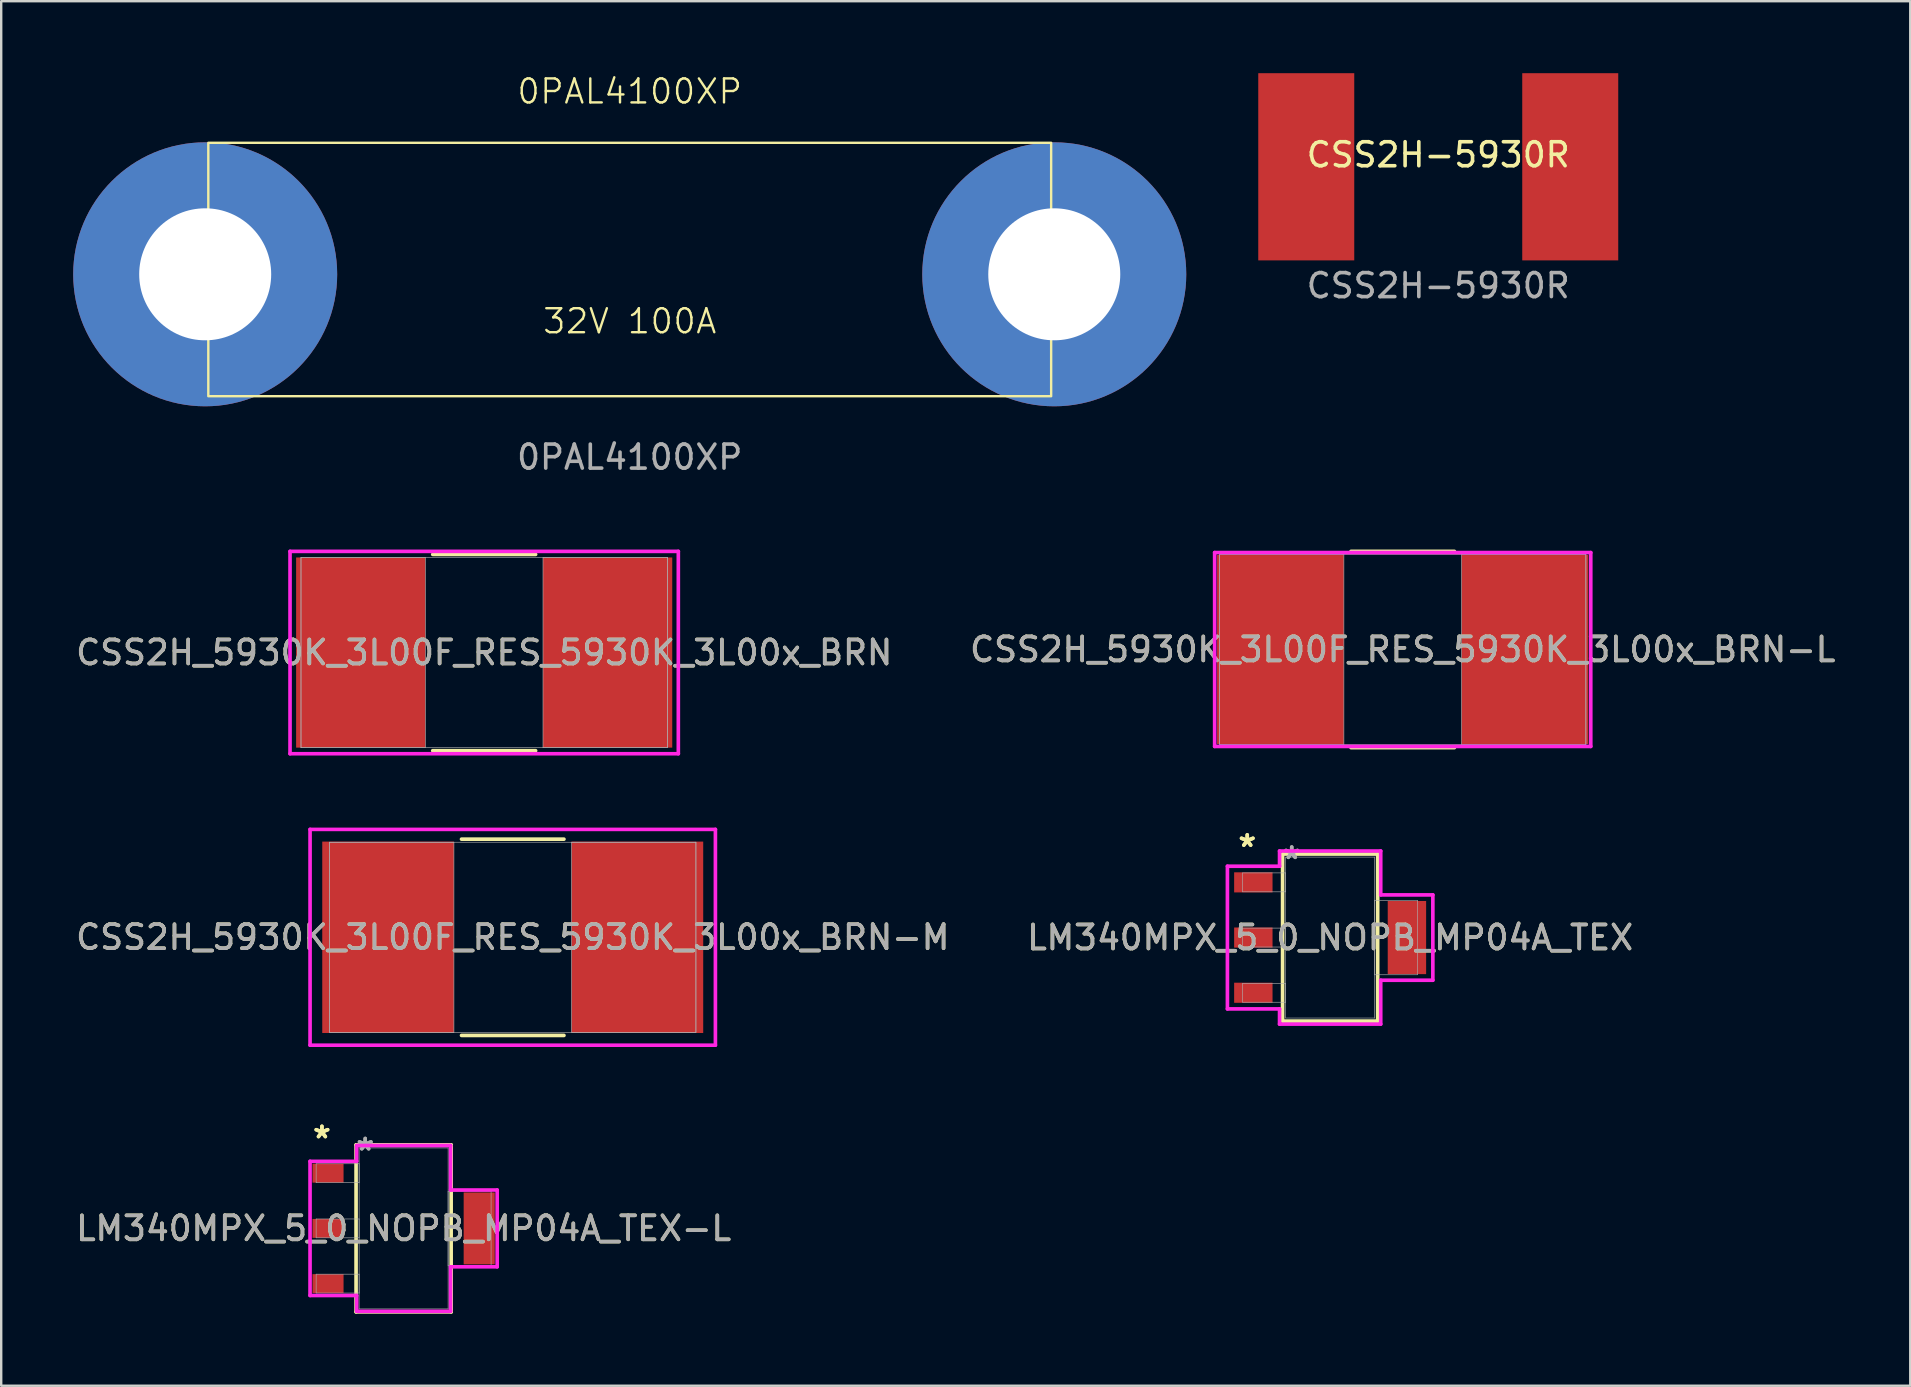
<source format=kicad_pcb>
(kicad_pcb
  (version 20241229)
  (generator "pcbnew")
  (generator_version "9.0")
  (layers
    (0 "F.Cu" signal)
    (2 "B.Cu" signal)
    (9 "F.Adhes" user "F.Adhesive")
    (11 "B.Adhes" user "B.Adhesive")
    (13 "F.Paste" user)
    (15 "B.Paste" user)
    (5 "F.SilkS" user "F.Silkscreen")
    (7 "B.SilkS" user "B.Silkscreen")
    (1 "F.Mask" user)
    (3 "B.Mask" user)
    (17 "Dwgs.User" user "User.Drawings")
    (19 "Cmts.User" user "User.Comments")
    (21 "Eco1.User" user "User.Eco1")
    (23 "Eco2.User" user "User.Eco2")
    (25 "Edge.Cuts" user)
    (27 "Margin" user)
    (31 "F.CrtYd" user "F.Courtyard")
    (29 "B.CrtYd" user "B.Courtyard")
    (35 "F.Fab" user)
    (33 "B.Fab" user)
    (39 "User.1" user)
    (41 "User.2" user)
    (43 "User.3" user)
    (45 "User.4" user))
  (footprint "CSS2H_5930K_3L00F_RES_5930K_3L00x_BRN-L"
    (layer "F.Cu")
    (at 55.399 24.014)
    (property "Reference" "CSS2H_5930K_3L00F_RES_5930K_3L00x_BRN-L" (at 0 0 0) (unlocked yes) (layer "F.SilkS") (effects (font (size 1 1) (thickness 0.15))))
    (attr smd)
    (fp_line (start -2.155 4.089) (end 2.155 4.089) (stroke (width 0.152) (type solid)) (layer "F.SilkS"))
    (fp_line (start 2.155 -4.089) (end -2.155 -4.089) (stroke (width 0.152) (type solid)) (layer "F.SilkS"))
    (fp_line (start -7.836 -4.039) (end 7.836 -4.039) (stroke (width 0.152) (type solid)) (layer "F.CrtYd"))
    (fp_line (start -7.836 4.039) (end -7.836 -4.039) (stroke (width 0.152) (type solid)) (layer "F.CrtYd"))
    (fp_line (start 7.836 -4.039) (end 7.836 4.039) (stroke (width 0.152) (type solid)) (layer "F.CrtYd"))
    (fp_line (start 7.836 4.039) (end -7.836 4.039) (stroke (width 0.152) (type solid)) (layer "F.CrtYd"))
    (fp_line (start -7.633 -3.962) (end -7.633 3.962) (stroke (width 0.025) (type solid)) (layer "F.Fab"))
    (fp_line (start -7.633 -3.962) (end -7.633 3.962) (stroke (width 0.025) (type solid)) (layer "F.Fab"))
    (fp_line (start -7.633 3.962) (end -2.451 3.962) (stroke (width 0.025) (type solid)) (layer "F.Fab"))
    (fp_line (start -7.633 3.962) (end 7.633 3.962) (stroke (width 0.025) (type solid)) (layer "F.Fab"))
    (fp_line (start -2.451 -3.962) (end -7.633 -3.962) (stroke (width 0.025) (type solid)) (layer "F.Fab"))
    (fp_line (start -2.451 3.962) (end -2.451 -3.962) (stroke (width 0.025) (type solid)) (layer "F.Fab"))
    (fp_line (start 2.451 -3.962) (end 2.451 3.962) (stroke (width 0.025) (type solid)) (layer "F.Fab"))
    (fp_line (start 2.451 3.962) (end 7.633 3.962) (stroke (width 0.025) (type solid)) (layer "F.Fab"))
    (fp_line (start 7.633 -3.962) (end -7.633 -3.962) (stroke (width 0.025) (type solid)) (layer "F.Fab"))
    (fp_line (start 7.633 -3.962) (end 2.451 -3.962) (stroke (width 0.025) (type solid)) (layer "F.Fab"))
    (fp_line (start 7.633 3.962) (end 7.633 -3.962) (stroke (width 0.025) (type solid)) (layer "F.Fab"))
    (fp_line (start 7.633 3.962) (end 7.633 -3.962) (stroke (width 0.025) (type solid)) (layer "F.Fab"))
    (fp_text user "${REFERENCE}" (at 0 0 0) (unlocked yes) (layer "F.Fab") (effects (font (size 1 1) (thickness 0.15))))
    (pad "1" smd rect (at -5.093 0) (size 5.283 7.874) (layers "F.Cu" "F.Mask" "F.Paste"))
    (pad "2" smd rect (at 5.093 0) (size 5.283 7.874) (layers "F.Cu" "F.Mask" "F.Paste"))
    (zone (net_name "") (layer "F.Cu") (hatch full 0.508) (connect_pads) (min_thickness 0.254) (filled_areas_thickness no) (keepout (tracks not_allowed) (vias not_allowed) (pads allowed) (copperpour not_allowed) (footprints allowed)) (placement (enabled no)) (fill) (polygon (pts (xy 52.999 20.103) (xy 57.799 20.103) (xy 57.799 27.926) (xy 52.999 27.926)))))
  (footprint "CSS2H-5930R"
    (layer "F.Cu")
    (at 56.88 3.9)
    (property "Reference" "CSS2H-5930R" (at 0 -0.5 0) (unlocked yes) (layer "F.SilkS") (effects (font (size 1 1) (thickness 0.15))))
    (attr smd)
    (fp_text user "${REFERENCE}" (at 0 4.953 0) (unlocked yes) (layer "F.Fab") (effects (font (size 1 1) (thickness 0.15))))
    (pad "1" smd rect (at -5.5 0 90) (size 7.8 4) (layers "F.Cu" "F.Mask" "F.Paste"))
    (pad "2" smd rect (at 5.5 0 90) (size 7.8 4) (layers "F.Cu" "F.Mask" "F.Paste")))
  (footprint "CSS2H_5930K_3L00F_RES_5930K_3L00x_BRN-M"
    (layer "F.Cu")
    (at 18.315 36.006)
    (property "Reference" "CSS2H_5930K_3L00F_RES_5930K_3L00x_BRN-M" (at 0 0 0) (unlocked yes) (layer "F.SilkS") (effects (font (size 1 1) (thickness 0.15))))
    (attr smd)
    (fp_line (start -2.134 4.089) (end 2.134 4.089) (stroke (width 0.152) (type solid)) (layer "F.SilkS"))
    (fp_line (start 2.134 -4.089) (end -2.134 -4.089) (stroke (width 0.152) (type solid)) (layer "F.SilkS"))
    (fp_line (start -8.445 -4.496) (end 8.445 -4.496) (stroke (width 0.152) (type solid)) (layer "F.CrtYd"))
    (fp_line (start -8.445 4.496) (end -8.445 -4.496) (stroke (width 0.152) (type solid)) (layer "F.CrtYd"))
    (fp_line (start 8.445 -4.496) (end 8.445 4.496) (stroke (width 0.152) (type solid)) (layer "F.CrtYd"))
    (fp_line (start 8.445 4.496) (end -8.445 4.496) (stroke (width 0.152) (type solid)) (layer "F.CrtYd"))
    (fp_line (start -7.633 -3.962) (end -7.633 3.962) (stroke (width 0.025) (type solid)) (layer "F.Fab"))
    (fp_line (start -7.633 -3.962) (end -7.633 3.962) (stroke (width 0.025) (type solid)) (layer "F.Fab"))
    (fp_line (start -7.633 3.962) (end -2.451 3.962) (stroke (width 0.025) (type solid)) (layer "F.Fab"))
    (fp_line (start -7.633 3.962) (end 7.633 3.962) (stroke (width 0.025) (type solid)) (layer "F.Fab"))
    (fp_line (start -2.451 -3.962) (end -7.633 -3.962) (stroke (width 0.025) (type solid)) (layer "F.Fab"))
    (fp_line (start -2.451 3.962) (end -2.451 -3.962) (stroke (width 0.025) (type solid)) (layer "F.Fab"))
    (fp_line (start 2.451 -3.962) (end 2.451 3.962) (stroke (width 0.025) (type solid)) (layer "F.Fab"))
    (fp_line (start 2.451 3.962) (end 7.633 3.962) (stroke (width 0.025) (type solid)) (layer "F.Fab"))
    (fp_line (start 7.633 -3.962) (end -7.633 -3.962) (stroke (width 0.025) (type solid)) (layer "F.Fab"))
    (fp_line (start 7.633 -3.962) (end 2.451 -3.962) (stroke (width 0.025) (type solid)) (layer "F.Fab"))
    (fp_line (start 7.633 3.962) (end 7.633 -3.962) (stroke (width 0.025) (type solid)) (layer "F.Fab"))
    (fp_line (start 7.633 3.962) (end 7.633 -3.962) (stroke (width 0.025) (type solid)) (layer "F.Fab"))
    (fp_text user "${REFERENCE}" (at 0 0 0) (unlocked yes) (layer "F.Fab") (effects (font (size 1 1) (thickness 0.15))))
    (pad "1" smd rect (at -5.194 0) (size 5.486 7.976) (layers "F.Cu" "F.Mask" "F.Paste"))
    (pad "2" smd rect (at 5.194 0) (size 5.486 7.976) (layers "F.Cu" "F.Mask" "F.Paste"))
    (zone (net_name "") (layer "F.Cu") (hatch full 0.508) (connect_pads) (min_thickness 0.254) (filled_areas_thickness no) (keepout (tracks not_allowed) (vias not_allowed) (pads allowed) (copperpour not_allowed) (footprints allowed)) (placement (enabled no)) (fill) (polygon (pts (xy 15.915 32.094) (xy 20.716 32.094) (xy 20.716 39.918) (xy 15.915 39.918)))))
  (footprint "CSS2H_5930K_3L00F_RES_5930K_3L00x_BRN"
    (layer "F.Cu")
    (at 17.125 24.141)
    (property "Reference" "CSS2H_5930K_3L00F_RES_5930K_3L00x_BRN" (at 0 0 0) (unlocked yes) (layer "F.SilkS") (effects (font (size 1 1) (thickness 0.15))))
    (attr smd)
    (fp_line (start -2.144 4.089) (end 2.144 4.089) (stroke (width 0.152) (type solid)) (layer "F.SilkS"))
    (fp_line (start 2.144 -4.089) (end -2.144 -4.089) (stroke (width 0.152) (type solid)) (layer "F.SilkS"))
    (fp_line (start -8.09 -4.216) (end 8.09 -4.216) (stroke (width 0.152) (type solid)) (layer "F.CrtYd"))
    (fp_line (start -8.09 4.216) (end -8.09 -4.216) (stroke (width 0.152) (type solid)) (layer "F.CrtYd"))
    (fp_line (start 8.09 -4.216) (end 8.09 4.216) (stroke (width 0.152) (type solid)) (layer "F.CrtYd"))
    (fp_line (start 8.09 4.216) (end -8.09 4.216) (stroke (width 0.152) (type solid)) (layer "F.CrtYd"))
    (fp_line (start -7.633 -3.962) (end -7.633 3.962) (stroke (width 0.025) (type solid)) (layer "F.Fab"))
    (fp_line (start -7.633 -3.962) (end -7.633 3.962) (stroke (width 0.025) (type solid)) (layer "F.Fab"))
    (fp_line (start -7.633 3.962) (end -2.451 3.962) (stroke (width 0.025) (type solid)) (layer "F.Fab"))
    (fp_line (start -7.633 3.962) (end 7.633 3.962) (stroke (width 0.025) (type solid)) (layer "F.Fab"))
    (fp_line (start -2.451 -3.962) (end -7.633 -3.962) (stroke (width 0.025) (type solid)) (layer "F.Fab"))
    (fp_line (start -2.451 3.962) (end -2.451 -3.962) (stroke (width 0.025) (type solid)) (layer "F.Fab"))
    (fp_line (start 2.451 -3.962) (end 2.451 3.962) (stroke (width 0.025) (type solid)) (layer "F.Fab"))
    (fp_line (start 2.451 3.962) (end 7.633 3.962) (stroke (width 0.025) (type solid)) (layer "F.Fab"))
    (fp_line (start 7.633 -3.962) (end -7.633 -3.962) (stroke (width 0.025) (type solid)) (layer "F.Fab"))
    (fp_line (start 7.633 -3.962) (end 2.451 -3.962) (stroke (width 0.025) (type solid)) (layer "F.Fab"))
    (fp_line (start 7.633 3.962) (end 7.633 -3.962) (stroke (width 0.025) (type solid)) (layer "F.Fab"))
    (fp_line (start 7.633 3.962) (end 7.633 -3.962) (stroke (width 0.025) (type solid)) (layer "F.Fab"))
    (fp_text user "${REFERENCE}" (at 0 0 0) (unlocked yes) (layer "F.Fab") (effects (font (size 1 1) (thickness 0.15))))
    (pad "1" smd rect (at -5.144 0) (size 5.385 7.925) (layers "F.Cu" "F.Mask" "F.Paste"))
    (pad "2" smd rect (at 5.144 0) (size 5.385 7.925) (layers "F.Cu" "F.Mask" "F.Paste"))
    (zone (net_name "") (layer "F.Cu") (hatch full 0.508) (connect_pads) (min_thickness 0.254) (filled_areas_thickness no) (keepout (tracks not_allowed) (vias not_allowed) (pads allowed) (copperpour not_allowed) (footprints allowed)) (placement (enabled no)) (fill) (polygon (pts (xy 14.725 20.23) (xy 19.525 20.23) (xy 19.525 28.053) (xy 14.725 28.053)))))
  (footprint "LM340MPX_5_0_NOPB_MP04A_TEX"
    (layer "F.Cu")
    (at 52.375 36.017)
    (property "Reference" "LM340MPX_5_0_NOPB_MP04A_TEX" (at 0 0 0) (unlocked yes) (layer "F.SilkS") (effects (font (size 1 1) (thickness 0.15))))
    (attr smd)
    (fp_line (start -1.981 -3.48) (end -1.981 3.48) (stroke (width 0.152) (type solid)) (layer "F.SilkS"))
    (fp_line (start -1.981 3.48) (end 1.981 3.48) (stroke (width 0.152) (type solid)) (layer "F.SilkS"))
    (fp_line (start 1.981 -3.48) (end -1.981 -3.48) (stroke (width 0.152) (type solid)) (layer "F.SilkS"))
    (fp_line (start 1.981 3.48) (end 1.981 -3.48) (stroke (width 0.152) (type solid)) (layer "F.SilkS"))
    (fp_line (start -4.28 -2.973) (end -2.108 -2.973) (stroke (width 0.152) (type solid)) (layer "F.CrtYd"))
    (fp_line (start -4.28 2.973) (end -4.28 -2.973) (stroke (width 0.152) (type solid)) (layer "F.CrtYd"))
    (fp_line (start -2.108 -3.607) (end 2.108 -3.607) (stroke (width 0.152) (type solid)) (layer "F.CrtYd"))
    (fp_line (start -2.108 -2.973) (end -2.108 -3.607) (stroke (width 0.152) (type solid)) (layer "F.CrtYd"))
    (fp_line (start -2.108 2.973) (end -4.28 2.973) (stroke (width 0.152) (type solid)) (layer "F.CrtYd"))
    (fp_line (start -2.108 3.607) (end -2.108 2.973) (stroke (width 0.152) (type solid)) (layer "F.CrtYd"))
    (fp_line (start 2.108 -3.607) (end 2.108 -1.778) (stroke (width 0.152) (type solid)) (layer "F.CrtYd"))
    (fp_line (start 2.108 -1.778) (end 4.28 -1.778) (stroke (width 0.152) (type solid)) (layer "F.CrtYd"))
    (fp_line (start 2.108 1.778) (end 2.108 3.607) (stroke (width 0.152) (type solid)) (layer "F.CrtYd"))
    (fp_line (start 2.108 3.607) (end -2.108 3.607) (stroke (width 0.152) (type solid)) (layer "F.CrtYd"))
    (fp_line (start 4.28 -1.778) (end 4.28 1.778) (stroke (width 0.152) (type solid)) (layer "F.CrtYd"))
    (fp_line (start 4.28 1.778) (end 2.108 1.778) (stroke (width 0.152) (type solid)) (layer "F.CrtYd"))
    (fp_line (start -3.645 -2.694) (end -3.645 -1.906) (stroke (width 0.025) (type solid)) (layer "F.Fab"))
    (fp_line (start -3.645 -1.906) (end -1.854 -1.906) (stroke (width 0.025) (type solid)) (layer "F.Fab"))
    (fp_line (start -3.645 -0.394) (end -3.645 0.394) (stroke (width 0.025) (type solid)) (layer "F.Fab"))
    (fp_line (start -3.645 0.394) (end -1.854 0.394) (stroke (width 0.025) (type solid)) (layer "F.Fab"))
    (fp_line (start -3.645 1.906) (end -3.645 2.694) (stroke (width 0.025) (type solid)) (layer "F.Fab"))
    (fp_line (start -3.645 2.694) (end -1.854 2.694) (stroke (width 0.025) (type solid)) (layer "F.Fab"))
    (fp_line (start -1.854 -3.353) (end -1.854 3.353) (stroke (width 0.025) (type solid)) (layer "F.Fab"))
    (fp_line (start -1.854 -2.694) (end -3.645 -2.694) (stroke (width 0.025) (type solid)) (layer "F.Fab"))
    (fp_line (start -1.854 -1.906) (end -1.854 -2.694) (stroke (width 0.025) (type solid)) (layer "F.Fab"))
    (fp_line (start -1.854 -0.394) (end -3.645 -0.394) (stroke (width 0.025) (type solid)) (layer "F.Fab"))
    (fp_line (start -1.854 0.394) (end -1.854 -0.394) (stroke (width 0.025) (type solid)) (layer "F.Fab"))
    (fp_line (start -1.854 1.906) (end -3.645 1.906) (stroke (width 0.025) (type solid)) (layer "F.Fab"))
    (fp_line (start -1.854 2.694) (end -1.854 1.906) (stroke (width 0.025) (type solid)) (layer "F.Fab"))
    (fp_line (start -1.854 3.353) (end 1.854 3.353) (stroke (width 0.025) (type solid)) (layer "F.Fab"))
    (fp_line (start 1.854 -3.353) (end -1.854 -3.353) (stroke (width 0.025) (type solid)) (layer "F.Fab"))
    (fp_line (start 1.854 -1.549) (end 1.854 1.549) (stroke (width 0.025) (type solid)) (layer "F.Fab"))
    (fp_line (start 1.854 1.549) (end 3.645 1.549) (stroke (width 0.025) (type solid)) (layer "F.Fab"))
    (fp_line (start 1.854 3.353) (end 1.854 -3.353) (stroke (width 0.025) (type solid)) (layer "F.Fab"))
    (fp_line (start 3.645 -1.549) (end 1.854 -1.549) (stroke (width 0.025) (type solid)) (layer "F.Fab"))
    (fp_line (start 3.645 1.549) (end 3.645 -1.549) (stroke (width 0.025) (type solid)) (layer "F.Fab"))
    (fp_text user "*" (at -3.454 -3.735 0) (layer "F.SilkS") (effects (font (size 1 1) (thickness 0.15))))
    (fp_text user "*" (at -3.454 -3.735 0) (unlocked yes) (layer "F.SilkS") (effects (font (size 1 1) (thickness 0.15))))
    (fp_text user "*" (at -1.6 -3.227 0) (unlocked yes) (layer "F.Fab") (effects (font (size 1 1) (thickness 0.15))))
    (fp_text user "*" (at -1.6 -3.227 0) (layer "F.Fab") (effects (font (size 1 1) (thickness 0.15))))
    (fp_text user "${REFERENCE}" (at 0 0 0) (unlocked yes) (layer "F.Fab") (effects (font (size 1 1) (thickness 0.15))))
    (pad "1" smd rect (at -3.2 -2.3) (size 1.6 0.838) (layers "F.Cu" "F.Mask" "F.Paste"))
    (pad "2" smd rect (at -3.2 0) (size 1.6 0.838) (layers "F.Cu" "F.Mask" "F.Paste"))
    (pad "3" smd rect (at -3.2 2.3) (size 1.6 0.838) (layers "F.Cu" "F.Mask" "F.Paste"))
    (pad "4" smd rect (at 3.2 0) (size 1.6 3.048) (layers "F.Cu" "F.Mask" "F.Paste")))
  (footprint "LM340MPX_5_0_NOPB_MP04A_TEX-L"
    (layer "F.Cu")
    (at 13.768 48.136)
    (property "Reference" "LM340MPX_5_0_NOPB_MP04A_TEX-L" (at 0 0 0) (unlocked yes) (layer "F.SilkS") (effects (font (size 1 1) (thickness 0.15))))
    (attr smd)
    (fp_line (start -1.981 -3.48) (end -1.981 3.48) (stroke (width 0.152) (type solid)) (layer "F.SilkS"))
    (fp_line (start -1.981 3.48) (end 1.981 3.48) (stroke (width 0.152) (type solid)) (layer "F.SilkS"))
    (fp_line (start 1.981 -3.48) (end -1.981 -3.48) (stroke (width 0.152) (type solid)) (layer "F.SilkS"))
    (fp_line (start 1.981 3.48) (end 1.981 -3.48) (stroke (width 0.152) (type solid)) (layer "F.SilkS"))
    (fp_line (start -3.899 -2.795) (end -1.956 -2.795) (stroke (width 0.152) (type solid)) (layer "F.CrtYd"))
    (fp_line (start -3.899 2.795) (end -3.899 -2.795) (stroke (width 0.152) (type solid)) (layer "F.CrtYd"))
    (fp_line (start -1.956 -3.454) (end 1.956 -3.454) (stroke (width 0.152) (type solid)) (layer "F.CrtYd"))
    (fp_line (start -1.956 -2.795) (end -1.956 -3.454) (stroke (width 0.152) (type solid)) (layer "F.CrtYd"))
    (fp_line (start -1.956 2.795) (end -3.899 2.795) (stroke (width 0.152) (type solid)) (layer "F.CrtYd"))
    (fp_line (start -1.956 3.454) (end -1.956 2.795) (stroke (width 0.152) (type solid)) (layer "F.CrtYd"))
    (fp_line (start 1.956 -3.454) (end 1.956 -1.6) (stroke (width 0.152) (type solid)) (layer "F.CrtYd"))
    (fp_line (start 1.956 -1.6) (end 3.899 -1.6) (stroke (width 0.152) (type solid)) (layer "F.CrtYd"))
    (fp_line (start 1.956 1.6) (end 1.956 3.454) (stroke (width 0.152) (type solid)) (layer "F.CrtYd"))
    (fp_line (start 1.956 3.454) (end -1.956 3.454) (stroke (width 0.152) (type solid)) (layer "F.CrtYd"))
    (fp_line (start 3.899 -1.6) (end 3.899 1.6) (stroke (width 0.152) (type solid)) (layer "F.CrtYd"))
    (fp_line (start 3.899 1.6) (end 1.956 1.6) (stroke (width 0.152) (type solid)) (layer "F.CrtYd"))
    (fp_line (start -3.645 -2.694) (end -3.645 -1.906) (stroke (width 0.025) (type solid)) (layer "F.Fab"))
    (fp_line (start -3.645 -1.906) (end -1.854 -1.906) (stroke (width 0.025) (type solid)) (layer "F.Fab"))
    (fp_line (start -3.645 -0.394) (end -3.645 0.394) (stroke (width 0.025) (type solid)) (layer "F.Fab"))
    (fp_line (start -3.645 0.394) (end -1.854 0.394) (stroke (width 0.025) (type solid)) (layer "F.Fab"))
    (fp_line (start -3.645 1.906) (end -3.645 2.694) (stroke (width 0.025) (type solid)) (layer "F.Fab"))
    (fp_line (start -3.645 2.694) (end -1.854 2.694) (stroke (width 0.025) (type solid)) (layer "F.Fab"))
    (fp_line (start -1.854 -3.353) (end -1.854 3.353) (stroke (width 0.025) (type solid)) (layer "F.Fab"))
    (fp_line (start -1.854 -2.694) (end -3.645 -2.694) (stroke (width 0.025) (type solid)) (layer "F.Fab"))
    (fp_line (start -1.854 -1.906) (end -1.854 -2.694) (stroke (width 0.025) (type solid)) (layer "F.Fab"))
    (fp_line (start -1.854 -0.394) (end -3.645 -0.394) (stroke (width 0.025) (type solid)) (layer "F.Fab"))
    (fp_line (start -1.854 0.394) (end -1.854 -0.394) (stroke (width 0.025) (type solid)) (layer "F.Fab"))
    (fp_line (start -1.854 1.906) (end -3.645 1.906) (stroke (width 0.025) (type solid)) (layer "F.Fab"))
    (fp_line (start -1.854 2.694) (end -1.854 1.906) (stroke (width 0.025) (type solid)) (layer "F.Fab"))
    (fp_line (start -1.854 3.353) (end 1.854 3.353) (stroke (width 0.025) (type solid)) (layer "F.Fab"))
    (fp_line (start 1.854 -3.353) (end -1.854 -3.353) (stroke (width 0.025) (type solid)) (layer "F.Fab"))
    (fp_line (start 1.854 -1.549) (end 1.854 1.549) (stroke (width 0.025) (type solid)) (layer "F.Fab"))
    (fp_line (start 1.854 1.549) (end 3.645 1.549) (stroke (width 0.025) (type solid)) (layer "F.Fab"))
    (fp_line (start 1.854 3.353) (end 1.854 -3.353) (stroke (width 0.025) (type solid)) (layer "F.Fab"))
    (fp_line (start 3.645 -1.549) (end 1.854 -1.549) (stroke (width 0.025) (type solid)) (layer "F.Fab"))
    (fp_line (start 3.645 1.549) (end 3.645 -1.549) (stroke (width 0.025) (type solid)) (layer "F.Fab"))
    (fp_text user "*" (at -3.404 -3.71 0) (layer "F.SilkS") (effects (font (size 1 1) (thickness 0.15))))
    (fp_text user "*" (at -3.404 -3.71 0) (unlocked yes) (layer "F.SilkS") (effects (font (size 1 1) (thickness 0.15))))
    (fp_text user "*" (at -1.6 -3.202 0) (unlocked yes) (layer "F.Fab") (effects (font (size 1 1) (thickness 0.15))))
    (fp_text user "*" (at -1.6 -3.202 0) (layer "F.Fab") (effects (font (size 1 1) (thickness 0.15))))
    (fp_text user "${REFERENCE}" (at 0 0 0) (unlocked yes) (layer "F.Fab") (effects (font (size 1 1) (thickness 0.15))))
    (pad "1" smd rect (at -3.15 -2.3) (size 1.295 0.787) (layers "F.Cu" "F.Mask" "F.Paste"))
    (pad "2" smd rect (at -3.15 0) (size 1.295 0.787) (layers "F.Cu" "F.Mask" "F.Paste"))
    (pad "3" smd rect (at -3.15 2.3) (size 1.295 0.787) (layers "F.Cu" "F.Mask" "F.Paste"))
    (pad "4" smd rect (at 3.15 0) (size 1.295 2.997) (layers "F.Cu" "F.Mask" "F.Paste")))
  (footprint "0PAL4100XP"
    (layer "F.Cu")
    (at 23.19 8.38)
    (property "Reference" "0PAL4100XP" (at 0 -7.62 0) (unlocked yes) (layer "F.SilkS") (effects (font (size 1 1) (thickness 0.1))))
    (attr through_hole)
    (fp_rect (start -17.56 -5.48) (end 17.56 5.08) (stroke (width 0.1) (type default)) (fill no) (layer "F.SilkS"))
    (fp_text user "32V 100A" (at 0 2.54 0) (unlocked yes) (layer "F.SilkS") (effects (font (size 1 1) (thickness 0.1)) (justify bottom)))
    (fp_text user "0PAL4100XP" (at 0 7.62 0) (unlocked yes) (layer "F.Fab") (effects (font (size 1 1) (thickness 0.15))))
    (pad "1" thru_hole circle (at -17.69 0) (size 11 11) (drill 5.5) (layers "*.Cu" "*.Mask"))
    (pad "2" thru_hole circle (at 17.69 0) (size 11 11) (drill 5.5) (layers "*.Cu" "*.Mask")))
  (gr_rect
    (start -3 -3)
    (end 76.548 54.692)
    (stroke (width 0.1) (type default))
    (fill no)
    (layer "Edge.Cuts")))
</source>
